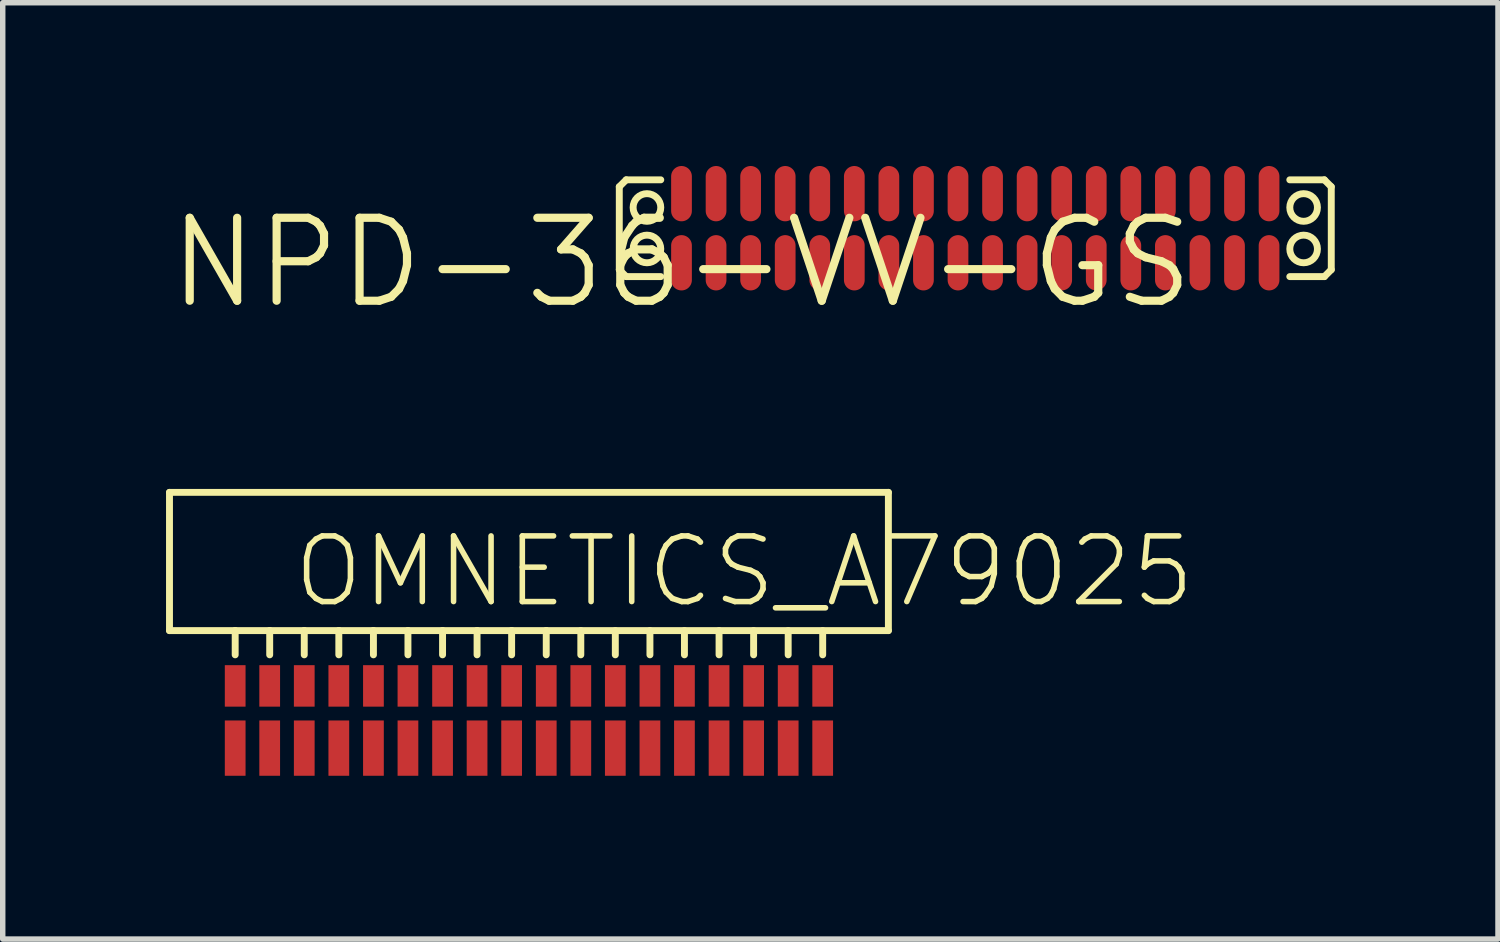
<source format=kicad_pcb>
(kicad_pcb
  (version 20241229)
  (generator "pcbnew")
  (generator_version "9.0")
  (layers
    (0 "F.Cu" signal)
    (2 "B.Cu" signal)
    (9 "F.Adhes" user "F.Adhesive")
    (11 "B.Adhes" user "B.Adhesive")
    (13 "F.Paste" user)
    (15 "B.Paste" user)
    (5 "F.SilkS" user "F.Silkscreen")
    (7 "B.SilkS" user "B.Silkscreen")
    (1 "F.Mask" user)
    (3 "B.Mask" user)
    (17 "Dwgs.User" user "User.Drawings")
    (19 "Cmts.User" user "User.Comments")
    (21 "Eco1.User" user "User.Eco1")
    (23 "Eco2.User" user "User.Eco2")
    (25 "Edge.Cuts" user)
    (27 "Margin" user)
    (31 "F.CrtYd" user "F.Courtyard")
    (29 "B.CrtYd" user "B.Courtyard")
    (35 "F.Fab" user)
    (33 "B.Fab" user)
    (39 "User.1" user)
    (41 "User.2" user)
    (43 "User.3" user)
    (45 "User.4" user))
  (footprint "OMNETICS_A79025"
    (layer "F.Cu")
    (at 6.668 8.536)
    (property "Reference" "OMNETICS_A79025" (at -4.381 -0.381 0) (layer "F.SilkS") (effects (font (size 1.206 1.206) (thickness 0.102)) (justify left bottom)))
    (attr through_hole)
    (fp_line (start -6.604 -2.54) (end 6.604 -2.54) (stroke (width 0.127) (type solid)) (layer "F.SilkS"))
    (fp_line (start -6.604 0) (end -6.604 -2.54) (stroke (width 0.127) (type solid)) (layer "F.SilkS"))
    (fp_line (start -5.397 0) (end -6.604 0) (stroke (width 0.127) (type solid)) (layer "F.SilkS"))
    (fp_line (start -5.397 0) (end -5.397 0.445) (stroke (width 0.127) (type solid)) (layer "F.SilkS"))
    (fp_line (start -4.763 0) (end -5.397 0) (stroke (width 0.127) (type solid)) (layer "F.SilkS"))
    (fp_line (start -4.763 0) (end -4.763 0.445) (stroke (width 0.127) (type solid)) (layer "F.SilkS"))
    (fp_line (start -4.128 0) (end -4.763 0) (stroke (width 0.127) (type solid)) (layer "F.SilkS"))
    (fp_line (start -4.128 0) (end -4.128 0.445) (stroke (width 0.127) (type solid)) (layer "F.SilkS"))
    (fp_line (start -3.493 0) (end -4.128 0) (stroke (width 0.127) (type solid)) (layer "F.SilkS"))
    (fp_line (start -3.493 0) (end -3.493 0.445) (stroke (width 0.127) (type solid)) (layer "F.SilkS"))
    (fp_line (start -2.857 0) (end -3.493 0) (stroke (width 0.127) (type solid)) (layer "F.SilkS"))
    (fp_line (start -2.857 0) (end -2.857 0.445) (stroke (width 0.127) (type solid)) (layer "F.SilkS"))
    (fp_line (start -2.223 0) (end -2.857 0) (stroke (width 0.127) (type solid)) (layer "F.SilkS"))
    (fp_line (start -2.223 0) (end -2.223 0.445) (stroke (width 0.127) (type solid)) (layer "F.SilkS"))
    (fp_line (start -1.587 0) (end -2.223 0) (stroke (width 0.127) (type solid)) (layer "F.SilkS"))
    (fp_line (start -1.587 0) (end -1.587 0.445) (stroke (width 0.127) (type solid)) (layer "F.SilkS"))
    (fp_line (start -0.953 0) (end -1.587 0) (stroke (width 0.127) (type solid)) (layer "F.SilkS"))
    (fp_line (start -0.953 0) (end -0.953 0.445) (stroke (width 0.127) (type solid)) (layer "F.SilkS"))
    (fp_line (start -0.318 0) (end -0.953 0) (stroke (width 0.127) (type solid)) (layer "F.SilkS"))
    (fp_line (start -0.318 0) (end -0.318 0.445) (stroke (width 0.127) (type solid)) (layer "F.SilkS"))
    (fp_line (start 0.318 0) (end -0.318 0) (stroke (width 0.127) (type solid)) (layer "F.SilkS"))
    (fp_line (start 0.318 0) (end 0.318 0.445) (stroke (width 0.127) (type solid)) (layer "F.SilkS"))
    (fp_line (start 0.953 0) (end 0.953 0.445) (stroke (width 0.127) (type solid)) (layer "F.SilkS"))
    (fp_line (start 1.587 0) (end 1.587 0.445) (stroke (width 0.127) (type solid)) (layer "F.SilkS"))
    (fp_line (start 2.223 0) (end 2.223 0.445) (stroke (width 0.127) (type solid)) (layer "F.SilkS"))
    (fp_line (start 2.857 0) (end 2.857 0.445) (stroke (width 0.127) (type solid)) (layer "F.SilkS"))
    (fp_line (start 3.493 0) (end 3.493 0.445) (stroke (width 0.127) (type solid)) (layer "F.SilkS"))
    (fp_line (start 4.128 0) (end 4.128 0.445) (stroke (width 0.127) (type solid)) (layer "F.SilkS"))
    (fp_line (start 4.763 0) (end 4.763 0.445) (stroke (width 0.127) (type solid)) (layer "F.SilkS"))
    (fp_line (start 5.397 0) (end 5.397 0.445) (stroke (width 0.127) (type solid)) (layer "F.SilkS"))
    (fp_line (start 6.604 -2.54) (end 6.604 0) (stroke (width 0.127) (type solid)) (layer "F.SilkS"))
    (fp_line (start 6.604 0) (end 0.318 0) (stroke (width 0.127) (type solid)) (layer "F.SilkS"))
    (pad "1" smd rect (at -5.397 2.159 180) (size 0.381 1.016) (layers "F.Cu" "F.Mask" "F.Paste"))
    (pad "2" smd rect (at -4.763 2.159 180) (size 0.381 1.016) (layers "F.Cu" "F.Mask" "F.Paste"))
    (pad "3" smd rect (at -4.128 2.159 180) (size 0.381 1.016) (layers "F.Cu" "F.Mask" "F.Paste"))
    (pad "4" smd rect (at -3.493 2.159 180) (size 0.381 1.016) (layers "F.Cu" "F.Mask" "F.Paste"))
    (pad "5" smd rect (at -2.857 2.159 180) (size 0.381 1.016) (layers "F.Cu" "F.Mask" "F.Paste"))
    (pad "6" smd rect (at -2.223 2.159 180) (size 0.381 1.016) (layers "F.Cu" "F.Mask" "F.Paste"))
    (pad "7" smd rect (at -1.587 2.159 180) (size 0.381 1.016) (layers "F.Cu" "F.Mask" "F.Paste"))
    (pad "8" smd rect (at -0.953 2.159 180) (size 0.381 1.016) (layers "F.Cu" "F.Mask" "F.Paste"))
    (pad "9" smd rect (at -0.318 2.159 180) (size 0.381 1.016) (layers "F.Cu" "F.Mask" "F.Paste"))
    (pad "10" smd rect (at 0.318 2.159 180) (size 0.381 1.016) (layers "F.Cu" "F.Mask" "F.Paste"))
    (pad "11" smd rect (at 0.953 2.159 180) (size 0.381 1.016) (layers "F.Cu" "F.Mask" "F.Paste"))
    (pad "12" smd rect (at 1.587 2.159 180) (size 0.381 1.016) (layers "F.Cu" "F.Mask" "F.Paste"))
    (pad "13" smd rect (at 2.223 2.159 180) (size 0.381 1.016) (layers "F.Cu" "F.Mask" "F.Paste"))
    (pad "14" smd rect (at 2.857 2.159 180) (size 0.381 1.016) (layers "F.Cu" "F.Mask" "F.Paste"))
    (pad "15" smd rect (at 3.493 2.159 180) (size 0.381 1.016) (layers "F.Cu" "F.Mask" "F.Paste"))
    (pad "16" smd rect (at 4.128 2.159 180) (size 0.381 1.016) (layers "F.Cu" "F.Mask" "F.Paste"))
    (pad "17" smd rect (at 4.763 2.159 180) (size 0.381 1.016) (layers "F.Cu" "F.Mask" "F.Paste"))
    (pad "18" smd rect (at 5.397 2.159 180) (size 0.381 1.016) (layers "F.Cu" "F.Mask" "F.Paste"))
    (pad "19" smd rect (at 5.397 1.016 180) (size 0.381 0.762) (layers "F.Cu" "F.Mask" "F.Paste"))
    (pad "20" smd rect (at 4.763 1.016 180) (size 0.381 0.762) (layers "F.Cu" "F.Mask" "F.Paste"))
    (pad "21" smd rect (at 4.128 1.016 180) (size 0.381 0.762) (layers "F.Cu" "F.Mask" "F.Paste"))
    (pad "22" smd rect (at 3.493 1.016 180) (size 0.381 0.762) (layers "F.Cu" "F.Mask" "F.Paste"))
    (pad "23" smd rect (at 2.857 1.016 180) (size 0.381 0.762) (layers "F.Cu" "F.Mask" "F.Paste"))
    (pad "24" smd rect (at 2.223 1.016 180) (size 0.381 0.762) (layers "F.Cu" "F.Mask" "F.Paste"))
    (pad "25" smd rect (at 1.587 1.016 180) (size 0.381 0.762) (layers "F.Cu" "F.Mask" "F.Paste"))
    (pad "26" smd rect (at 0.953 1.016 180) (size 0.381 0.762) (layers "F.Cu" "F.Mask" "F.Paste"))
    (pad "27" smd rect (at 0.318 1.016 180) (size 0.381 0.762) (layers "F.Cu" "F.Mask" "F.Paste"))
    (pad "28" smd rect (at -0.318 1.016 180) (size 0.381 0.762) (layers "F.Cu" "F.Mask" "F.Paste"))
    (pad "29" smd rect (at -0.953 1.016 180) (size 0.381 0.762) (layers "F.Cu" "F.Mask" "F.Paste"))
    (pad "30" smd rect (at -1.587 1.016 180) (size 0.381 0.762) (layers "F.Cu" "F.Mask" "F.Paste"))
    (pad "31" smd rect (at -2.223 1.016 180) (size 0.381 0.762) (layers "F.Cu" "F.Mask" "F.Paste"))
    (pad "32" smd rect (at -2.857 1.016 180) (size 0.381 0.762) (layers "F.Cu" "F.Mask" "F.Paste"))
    (pad "33" smd rect (at -3.493 1.016 180) (size 0.381 0.762) (layers "F.Cu" "F.Mask" "F.Paste"))
    (pad "34" smd rect (at -4.128 1.016 180) (size 0.381 0.762) (layers "F.Cu" "F.Mask" "F.Paste"))
    (pad "35" smd rect (at -4.763 1.016 180) (size 0.381 0.762) (layers "F.Cu" "F.Mask" "F.Paste"))
    (pad "36" smd rect (at -5.397 1.016 180) (size 0.381 0.762) (layers "F.Cu" "F.Mask" "F.Paste")))
  (footprint "NPD-36-VV-GS"
    (layer "F.Cu")
    (at 9.471 1.778)
    (property "Reference" "NPD-36-VV-GS" (at 0 0 0) (layer "F.SilkS") (effects (font (size 1.524 1.524) (thickness 0.15))))
    (attr through_hole)
    (fp_line (start -1.143 -1.397) (end -1.143 0.127) (stroke (width 0.127) (type solid)) (layer "F.SilkS"))
    (fp_line (start -1.143 0.127) (end -1.016 0.254) (stroke (width 0.127) (type solid)) (layer "F.SilkS"))
    (fp_line (start -1.016 -1.524) (end -1.143 -1.397) (stroke (width 0.127) (type solid)) (layer "F.SilkS"))
    (fp_line (start -1.016 0.254) (end -0.381 0.254) (stroke (width 0.127) (type solid)) (layer "F.SilkS"))
    (fp_line (start -0.381 -1.524) (end -1.016 -1.524) (stroke (width 0.127) (type solid)) (layer "F.SilkS"))
    (fp_line (start 11.176 0.254) (end 11.811 0.254) (stroke (width 0.127) (type solid)) (layer "F.SilkS"))
    (fp_line (start 11.811 -1.524) (end 11.176 -1.524) (stroke (width 0.127) (type solid)) (layer "F.SilkS"))
    (fp_line (start 11.811 0.254) (end 11.938 0.127) (stroke (width 0.127) (type solid)) (layer "F.SilkS"))
    (fp_line (start 11.938 -1.397) (end 11.811 -1.524) (stroke (width 0.127) (type solid)) (layer "F.SilkS"))
    (fp_line (start 11.938 0.127) (end 11.938 -1.397) (stroke (width 0.127) (type solid)) (layer "F.SilkS"))
    (fp_circle (center -0.635 -1.016) (end -0.381 -1.016) (stroke (width 0.127) (type solid)) (fill no) (layer "F.SilkS"))
    (fp_circle (center -0.635 -0.254) (end -0.381 -0.254) (stroke (width 0.127) (type solid)) (fill no) (layer "F.SilkS"))
    (fp_circle (center 11.43 -1.016) (end 11.684 -1.016) (stroke (width 0.127) (type solid)) (fill no) (layer "F.SilkS"))
    (fp_circle (center 11.43 -0.254) (end 11.684 -0.254) (stroke (width 0.127) (type solid)) (fill no) (layer "F.SilkS"))
    (pad "1" smd oval (at 0 0) (size 0.381 1.016) (layers "F.Cu" "F.Mask" "F.Paste"))
    (pad "2" smd oval (at 0.635 0) (size 0.381 1.016) (layers "F.Cu" "F.Mask" "F.Paste"))
    (pad "3" smd oval (at 1.27 0) (size 0.381 1.016) (layers "F.Cu" "F.Mask" "F.Paste"))
    (pad "4" smd oval (at 1.905 0) (size 0.381 1.016) (layers "F.Cu" "F.Mask" "F.Paste"))
    (pad "5" smd oval (at 2.54 0) (size 0.381 1.016) (layers "F.Cu" "F.Mask" "F.Paste"))
    (pad "6" smd oval (at 3.175 0) (size 0.381 1.016) (layers "F.Cu" "F.Mask" "F.Paste"))
    (pad "7" smd oval (at 3.81 0) (size 0.381 1.016) (layers "F.Cu" "F.Mask" "F.Paste"))
    (pad "8" smd oval (at 4.445 0) (size 0.381 1.016) (layers "F.Cu" "F.Mask" "F.Paste"))
    (pad "9" smd oval (at 5.08 0) (size 0.381 1.016) (layers "F.Cu" "F.Mask" "F.Paste"))
    (pad "10" smd oval (at 5.715 0) (size 0.381 1.016) (layers "F.Cu" "F.Mask" "F.Paste"))
    (pad "11" smd oval (at 6.35 0) (size 0.381 1.016) (layers "F.Cu" "F.Mask" "F.Paste"))
    (pad "12" smd oval (at 6.985 0) (size 0.381 1.016) (layers "F.Cu" "F.Mask" "F.Paste"))
    (pad "13" smd oval (at 7.62 0) (size 0.381 1.016) (layers "F.Cu" "F.Mask" "F.Paste"))
    (pad "14" smd oval (at 8.255 0) (size 0.381 1.016) (layers "F.Cu" "F.Mask" "F.Paste"))
    (pad "15" smd oval (at 8.89 0) (size 0.381 1.016) (layers "F.Cu" "F.Mask" "F.Paste"))
    (pad "16" smd oval (at 9.525 0) (size 0.381 1.016) (layers "F.Cu" "F.Mask" "F.Paste"))
    (pad "17" smd oval (at 10.16 0) (size 0.381 1.016) (layers "F.Cu" "F.Mask" "F.Paste"))
    (pad "18" smd oval (at 10.795 0) (size 0.381 1.016) (layers "F.Cu" "F.Mask" "F.Paste"))
    (pad "19" smd oval (at 10.795 -1.27) (size 0.381 1.016) (layers "F.Cu" "F.Mask" "F.Paste"))
    (pad "20" smd oval (at 10.16 -1.27) (size 0.381 1.016) (layers "F.Cu" "F.Mask" "F.Paste"))
    (pad "21" smd oval (at 9.525 -1.27) (size 0.381 1.016) (layers "F.Cu" "F.Mask" "F.Paste"))
    (pad "22" smd oval (at 8.89 -1.27) (size 0.381 1.016) (layers "F.Cu" "F.Mask" "F.Paste"))
    (pad "23" smd oval (at 8.255 -1.27) (size 0.381 1.016) (layers "F.Cu" "F.Mask" "F.Paste"))
    (pad "24" smd oval (at 7.62 -1.27) (size 0.381 1.016) (layers "F.Cu" "F.Mask" "F.Paste"))
    (pad "25" smd oval (at 6.985 -1.27) (size 0.381 1.016) (layers "F.Cu" "F.Mask" "F.Paste"))
    (pad "26" smd oval (at 6.35 -1.27) (size 0.381 1.016) (layers "F.Cu" "F.Mask" "F.Paste"))
    (pad "27" smd oval (at 5.715 -1.27) (size 0.381 1.016) (layers "F.Cu" "F.Mask" "F.Paste"))
    (pad "28" smd oval (at 5.08 -1.27) (size 0.381 1.016) (layers "F.Cu" "F.Mask" "F.Paste"))
    (pad "29" smd oval (at 4.445 -1.27) (size 0.381 1.016) (layers "F.Cu" "F.Mask" "F.Paste"))
    (pad "30" smd oval (at 3.81 -1.27) (size 0.381 1.016) (layers "F.Cu" "F.Mask" "F.Paste"))
    (pad "31" smd oval (at 3.175 -1.27) (size 0.381 1.016) (layers "F.Cu" "F.Mask" "F.Paste"))
    (pad "32" smd oval (at 2.54 -1.27) (size 0.381 1.016) (layers "F.Cu" "F.Mask" "F.Paste"))
    (pad "33" smd oval (at 1.905 -1.27) (size 0.381 1.016) (layers "F.Cu" "F.Mask" "F.Paste"))
    (pad "34" smd oval (at 1.27 -1.27) (size 0.381 1.016) (layers "F.Cu" "F.Mask" "F.Paste"))
    (pad "35" smd oval (at 0.635 -1.27) (size 0.381 1.016) (layers "F.Cu" "F.Mask" "F.Paste"))
    (pad "36" smd oval (at 0 -1.27) (size 0.381 1.016) (layers "F.Cu" "F.Mask" "F.Paste")))
  (gr_rect
    (start -3 -3)
    (end 24.472 14.203)
    (stroke (width 0.1) (type default))
    (fill no)
    (layer "Edge.Cuts")))
</source>
